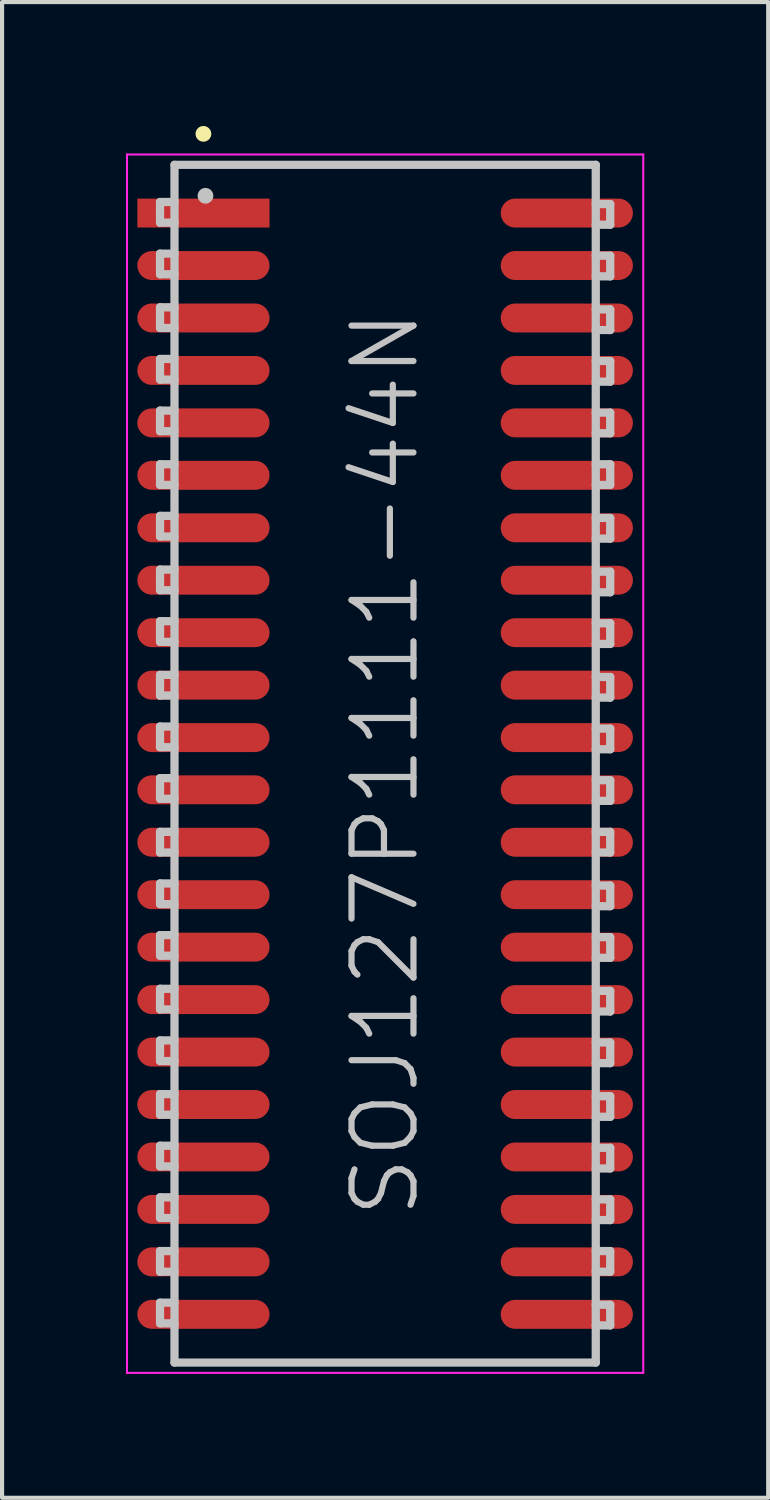
<source format=kicad_pcb>
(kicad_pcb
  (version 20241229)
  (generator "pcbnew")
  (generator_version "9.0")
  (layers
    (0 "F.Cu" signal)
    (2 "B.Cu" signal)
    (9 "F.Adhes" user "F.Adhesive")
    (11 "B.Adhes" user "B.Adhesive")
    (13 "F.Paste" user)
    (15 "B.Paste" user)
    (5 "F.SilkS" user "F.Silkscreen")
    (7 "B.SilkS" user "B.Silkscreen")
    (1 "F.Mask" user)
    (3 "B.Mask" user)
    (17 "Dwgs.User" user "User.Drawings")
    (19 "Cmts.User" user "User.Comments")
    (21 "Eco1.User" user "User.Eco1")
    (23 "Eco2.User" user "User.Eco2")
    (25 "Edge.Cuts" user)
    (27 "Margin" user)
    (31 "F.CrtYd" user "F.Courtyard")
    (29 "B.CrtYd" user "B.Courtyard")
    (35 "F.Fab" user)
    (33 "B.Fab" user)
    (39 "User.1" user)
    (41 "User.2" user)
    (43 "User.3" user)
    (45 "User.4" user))
  (footprint "SOJ127P1111-44N"
    (layer "F.Cu")
    (at 6.275 15.441)
    (property "Reference" "SOJ127P1111-44N" (at 0 0 90) (layer "Dwgs.User") (effects (font (size 1.5 1.5) (thickness 0.15))))
    (attr smd)
    (fp_line (start -4.4 -15.25) (end -4.4 -15.25) (stroke (width 0.381) (type solid)) (layer "F.SilkS"))
    (fp_line (start -5.45 -13.6) (end -5.45 -13.1) (stroke (width 0.2) (type solid)) (layer "Dwgs.User"))
    (fp_line (start -5.45 -13.1) (end -5.1 -13.1) (stroke (width 0.2) (type solid)) (layer "Dwgs.User"))
    (fp_line (start -5.45 -12.35) (end -5.45 -11.85) (stroke (width 0.2) (type solid)) (layer "Dwgs.User"))
    (fp_line (start -5.45 -11.85) (end -5.1 -11.85) (stroke (width 0.2) (type solid)) (layer "Dwgs.User"))
    (fp_line (start -5.45 -11.05) (end -5.45 -10.55) (stroke (width 0.2) (type solid)) (layer "Dwgs.User"))
    (fp_line (start -5.45 -10.55) (end -5.1 -10.55) (stroke (width 0.2) (type solid)) (layer "Dwgs.User"))
    (fp_line (start -5.45 -9.8) (end -5.45 -9.3) (stroke (width 0.2) (type solid)) (layer "Dwgs.User"))
    (fp_line (start -5.45 -9.3) (end -5.1 -9.3) (stroke (width 0.2) (type solid)) (layer "Dwgs.User"))
    (fp_line (start -5.45 -8.55) (end -5.45 -8.05) (stroke (width 0.2) (type solid)) (layer "Dwgs.User"))
    (fp_line (start -5.45 -8.05) (end -5.1 -8.05) (stroke (width 0.2) (type solid)) (layer "Dwgs.User"))
    (fp_line (start -5.45 -7.25) (end -5.45 -6.75) (stroke (width 0.2) (type solid)) (layer "Dwgs.User"))
    (fp_line (start -5.45 -6.75) (end -5.1 -6.75) (stroke (width 0.2) (type solid)) (layer "Dwgs.User"))
    (fp_line (start -5.45 -6) (end -5.45 -5.5) (stroke (width 0.2) (type solid)) (layer "Dwgs.User"))
    (fp_line (start -5.45 -5.5) (end -5.1 -5.5) (stroke (width 0.2) (type solid)) (layer "Dwgs.User"))
    (fp_line (start -5.45 -4.7) (end -5.45 -4.2) (stroke (width 0.2) (type solid)) (layer "Dwgs.User"))
    (fp_line (start -5.45 -4.2) (end -5.1 -4.2) (stroke (width 0.2) (type solid)) (layer "Dwgs.User"))
    (fp_line (start -5.45 -3.45) (end -5.45 -2.95) (stroke (width 0.2) (type solid)) (layer "Dwgs.User"))
    (fp_line (start -5.45 -2.95) (end -5.1 -2.95) (stroke (width 0.2) (type solid)) (layer "Dwgs.User"))
    (fp_line (start -5.45 -2.15) (end -5.45 -1.65) (stroke (width 0.2) (type solid)) (layer "Dwgs.User"))
    (fp_line (start -5.45 -1.65) (end -5.1 -1.65) (stroke (width 0.2) (type solid)) (layer "Dwgs.User"))
    (fp_line (start -5.45 -0.9) (end -5.45 -0.4) (stroke (width 0.2) (type solid)) (layer "Dwgs.User"))
    (fp_line (start -5.45 -0.4) (end -5.1 -0.4) (stroke (width 0.2) (type solid)) (layer "Dwgs.User"))
    (fp_line (start -5.45 0.35) (end -5.45 0.85) (stroke (width 0.2) (type solid)) (layer "Dwgs.User"))
    (fp_line (start -5.45 0.85) (end -5.1 0.85) (stroke (width 0.2) (type solid)) (layer "Dwgs.User"))
    (fp_line (start -5.45 1.65) (end -5.45 2.15) (stroke (width 0.2) (type solid)) (layer "Dwgs.User"))
    (fp_line (start -5.45 2.15) (end -5.1 2.15) (stroke (width 0.2) (type solid)) (layer "Dwgs.User"))
    (fp_line (start -5.45 2.9) (end -5.45 3.4) (stroke (width 0.2) (type solid)) (layer "Dwgs.User"))
    (fp_line (start -5.45 3.4) (end -5.1 3.4) (stroke (width 0.2) (type solid)) (layer "Dwgs.User"))
    (fp_line (start -5.45 4.15) (end -5.45 4.65) (stroke (width 0.2) (type solid)) (layer "Dwgs.User"))
    (fp_line (start -5.45 4.65) (end -5.1 4.65) (stroke (width 0.2) (type solid)) (layer "Dwgs.User"))
    (fp_line (start -5.45 5.45) (end -5.45 5.95) (stroke (width 0.2) (type solid)) (layer "Dwgs.User"))
    (fp_line (start -5.45 5.95) (end -5.1 5.95) (stroke (width 0.2) (type solid)) (layer "Dwgs.User"))
    (fp_line (start -5.45 6.7) (end -5.45 7.2) (stroke (width 0.2) (type solid)) (layer "Dwgs.User"))
    (fp_line (start -5.45 7.2) (end -5.1 7.2) (stroke (width 0.2) (type solid)) (layer "Dwgs.User"))
    (fp_line (start -5.45 8) (end -5.45 8.5) (stroke (width 0.2) (type solid)) (layer "Dwgs.User"))
    (fp_line (start -5.45 8.5) (end -5.1 8.5) (stroke (width 0.2) (type solid)) (layer "Dwgs.User"))
    (fp_line (start -5.45 9.25) (end -5.45 9.75) (stroke (width 0.2) (type solid)) (layer "Dwgs.User"))
    (fp_line (start -5.45 9.75) (end -5.1 9.75) (stroke (width 0.2) (type solid)) (layer "Dwgs.User"))
    (fp_line (start -5.45 10.5) (end -5.45 11) (stroke (width 0.2) (type solid)) (layer "Dwgs.User"))
    (fp_line (start -5.45 11) (end -5.1 11) (stroke (width 0.2) (type solid)) (layer "Dwgs.User"))
    (fp_line (start -5.45 11.8) (end -5.45 12.3) (stroke (width 0.2) (type solid)) (layer "Dwgs.User"))
    (fp_line (start -5.45 12.3) (end -5.1 12.3) (stroke (width 0.2) (type solid)) (layer "Dwgs.User"))
    (fp_line (start -5.45 13.05) (end -5.45 13.55) (stroke (width 0.2) (type solid)) (layer "Dwgs.User"))
    (fp_line (start -5.45 13.55) (end -5.1 13.55) (stroke (width 0.2) (type solid)) (layer "Dwgs.User"))
    (fp_line (start -5.1 -14.5) (end -5.1 14.5) (stroke (width 0.2) (type solid)) (layer "Dwgs.User"))
    (fp_line (start -5.1 -14.5) (end 5.1 -14.5) (stroke (width 0.2) (type solid)) (layer "Dwgs.User"))
    (fp_line (start -5.1 -13.6) (end -5.45 -13.6) (stroke (width 0.2) (type solid)) (layer "Dwgs.User"))
    (fp_line (start -5.1 -12.35) (end -5.45 -12.35) (stroke (width 0.2) (type solid)) (layer "Dwgs.User"))
    (fp_line (start -5.1 -11.05) (end -5.45 -11.05) (stroke (width 0.2) (type solid)) (layer "Dwgs.User"))
    (fp_line (start -5.1 -9.8) (end -5.45 -9.8) (stroke (width 0.2) (type solid)) (layer "Dwgs.User"))
    (fp_line (start -5.1 -8.55) (end -5.45 -8.55) (stroke (width 0.2) (type solid)) (layer "Dwgs.User"))
    (fp_line (start -5.1 -7.25) (end -5.45 -7.25) (stroke (width 0.2) (type solid)) (layer "Dwgs.User"))
    (fp_line (start -5.1 -6) (end -5.45 -6) (stroke (width 0.2) (type solid)) (layer "Dwgs.User"))
    (fp_line (start -5.1 -4.7) (end -5.45 -4.7) (stroke (width 0.2) (type solid)) (layer "Dwgs.User"))
    (fp_line (start -5.1 -3.45) (end -5.45 -3.45) (stroke (width 0.2) (type solid)) (layer "Dwgs.User"))
    (fp_line (start -5.1 -2.15) (end -5.45 -2.15) (stroke (width 0.2) (type solid)) (layer "Dwgs.User"))
    (fp_line (start -5.1 -0.9) (end -5.45 -0.9) (stroke (width 0.2) (type solid)) (layer "Dwgs.User"))
    (fp_line (start -5.1 0.35) (end -5.45 0.35) (stroke (width 0.2) (type solid)) (layer "Dwgs.User"))
    (fp_line (start -5.1 1.65) (end -5.45 1.65) (stroke (width 0.2) (type solid)) (layer "Dwgs.User"))
    (fp_line (start -5.1 2.9) (end -5.45 2.9) (stroke (width 0.2) (type solid)) (layer "Dwgs.User"))
    (fp_line (start -5.1 4.15) (end -5.45 4.15) (stroke (width 0.2) (type solid)) (layer "Dwgs.User"))
    (fp_line (start -5.1 5.45) (end -5.45 5.45) (stroke (width 0.2) (type solid)) (layer "Dwgs.User"))
    (fp_line (start -5.1 6.7) (end -5.45 6.7) (stroke (width 0.2) (type solid)) (layer "Dwgs.User"))
    (fp_line (start -5.1 8) (end -5.45 8) (stroke (width 0.2) (type solid)) (layer "Dwgs.User"))
    (fp_line (start -5.1 9.25) (end -5.45 9.25) (stroke (width 0.2) (type solid)) (layer "Dwgs.User"))
    (fp_line (start -5.1 10.5) (end -5.45 10.5) (stroke (width 0.2) (type solid)) (layer "Dwgs.User"))
    (fp_line (start -5.1 11.8) (end -5.45 11.8) (stroke (width 0.2) (type solid)) (layer "Dwgs.User"))
    (fp_line (start -5.1 13.05) (end -5.45 13.05) (stroke (width 0.2) (type solid)) (layer "Dwgs.User"))
    (fp_line (start -5.1 14.5) (end 5.1 14.5) (stroke (width 0.2) (type solid)) (layer "Dwgs.User"))
    (fp_line (start -4.35 -13.75) (end -4.35 -13.75) (stroke (width 0.381) (type solid)) (layer "Dwgs.User"))
    (fp_line (start 5.1 -14.5) (end 5.1 14.5) (stroke (width 0.2) (type solid)) (layer "Dwgs.User"))
    (fp_line (start 5.1 -13.55) (end 5.45 -13.55) (stroke (width 0.2) (type solid)) (layer "Dwgs.User"))
    (fp_line (start 5.1 -12.3) (end 5.45 -12.3) (stroke (width 0.2) (type solid)) (layer "Dwgs.User"))
    (fp_line (start 5.1 -11) (end 5.45 -11) (stroke (width 0.2) (type solid)) (layer "Dwgs.User"))
    (fp_line (start 5.1 -9.75) (end 5.45 -9.75) (stroke (width 0.2) (type solid)) (layer "Dwgs.User"))
    (fp_line (start 5.1 -8.5) (end 5.45 -8.5) (stroke (width 0.2) (type solid)) (layer "Dwgs.User"))
    (fp_line (start 5.1 -7.25) (end 5.45 -7.25) (stroke (width 0.2) (type solid)) (layer "Dwgs.User"))
    (fp_line (start 5.1 -5.95) (end 5.45 -5.95) (stroke (width 0.2) (type solid)) (layer "Dwgs.User"))
    (fp_line (start 5.1 -4.65) (end 5.45 -4.65) (stroke (width 0.2) (type solid)) (layer "Dwgs.User"))
    (fp_line (start 5.1 -3.4) (end 5.45 -3.4) (stroke (width 0.2) (type solid)) (layer "Dwgs.User"))
    (fp_line (start 5.1 -2.1) (end 5.45 -2.1) (stroke (width 0.2) (type solid)) (layer "Dwgs.User"))
    (fp_line (start 5.1 -0.85) (end 5.45 -0.85) (stroke (width 0.2) (type solid)) (layer "Dwgs.User"))
    (fp_line (start 5.1 0.4) (end 5.45 0.4) (stroke (width 0.2) (type solid)) (layer "Dwgs.User"))
    (fp_line (start 5.1 1.65) (end 5.45 1.65) (stroke (width 0.2) (type solid)) (layer "Dwgs.User"))
    (fp_line (start 5.1 2.95) (end 5.45 2.95) (stroke (width 0.2) (type solid)) (layer "Dwgs.User"))
    (fp_line (start 5.1 4.2) (end 5.45 4.2) (stroke (width 0.2) (type solid)) (layer "Dwgs.User"))
    (fp_line (start 5.1 5.5) (end 5.45 5.5) (stroke (width 0.2) (type solid)) (layer "Dwgs.User"))
    (fp_line (start 5.1 6.75) (end 5.45 6.75) (stroke (width 0.2) (type solid)) (layer "Dwgs.User"))
    (fp_line (start 5.1 8.05) (end 5.45 8.05) (stroke (width 0.2) (type solid)) (layer "Dwgs.User"))
    (fp_line (start 5.1 9.3) (end 5.45 9.3) (stroke (width 0.2) (type solid)) (layer "Dwgs.User"))
    (fp_line (start 5.1 10.55) (end 5.45 10.55) (stroke (width 0.2) (type solid)) (layer "Dwgs.User"))
    (fp_line (start 5.1 11.8) (end 5.45 11.8) (stroke (width 0.2) (type solid)) (layer "Dwgs.User"))
    (fp_line (start 5.1 13.1) (end 5.45 13.1) (stroke (width 0.2) (type solid)) (layer "Dwgs.User"))
    (fp_line (start 5.45 -13.55) (end 5.45 -13.05) (stroke (width 0.2) (type solid)) (layer "Dwgs.User"))
    (fp_line (start 5.45 -13.05) (end 5.1 -13.05) (stroke (width 0.2) (type solid)) (layer "Dwgs.User"))
    (fp_line (start 5.45 -12.3) (end 5.45 -11.8) (stroke (width 0.2) (type solid)) (layer "Dwgs.User"))
    (fp_line (start 5.45 -11.8) (end 5.1 -11.8) (stroke (width 0.2) (type solid)) (layer "Dwgs.User"))
    (fp_line (start 5.45 -11) (end 5.45 -10.5) (stroke (width 0.2) (type solid)) (layer "Dwgs.User"))
    (fp_line (start 5.45 -10.5) (end 5.1 -10.5) (stroke (width 0.2) (type solid)) (layer "Dwgs.User"))
    (fp_line (start 5.45 -9.75) (end 5.45 -9.25) (stroke (width 0.2) (type solid)) (layer "Dwgs.User"))
    (fp_line (start 5.45 -9.25) (end 5.1 -9.25) (stroke (width 0.2) (type solid)) (layer "Dwgs.User"))
    (fp_line (start 5.45 -8.5) (end 5.45 -8) (stroke (width 0.2) (type solid)) (layer "Dwgs.User"))
    (fp_line (start 5.45 -8) (end 5.1 -8) (stroke (width 0.2) (type solid)) (layer "Dwgs.User"))
    (fp_line (start 5.45 -7.25) (end 5.45 -6.75) (stroke (width 0.2) (type solid)) (layer "Dwgs.User"))
    (fp_line (start 5.45 -6.75) (end 5.1 -6.75) (stroke (width 0.2) (type solid)) (layer "Dwgs.User"))
    (fp_line (start 5.45 -5.95) (end 5.45 -5.45) (stroke (width 0.2) (type solid)) (layer "Dwgs.User"))
    (fp_line (start 5.45 -5.45) (end 5.1 -5.45) (stroke (width 0.2) (type solid)) (layer "Dwgs.User"))
    (fp_line (start 5.45 -4.65) (end 5.45 -4.15) (stroke (width 0.2) (type solid)) (layer "Dwgs.User"))
    (fp_line (start 5.45 -4.15) (end 5.1 -4.15) (stroke (width 0.2) (type solid)) (layer "Dwgs.User"))
    (fp_line (start 5.45 -3.4) (end 5.45 -2.9) (stroke (width 0.2) (type solid)) (layer "Dwgs.User"))
    (fp_line (start 5.45 -2.9) (end 5.1 -2.9) (stroke (width 0.2) (type solid)) (layer "Dwgs.User"))
    (fp_line (start 5.45 -2.1) (end 5.45 -1.6) (stroke (width 0.2) (type solid)) (layer "Dwgs.User"))
    (fp_line (start 5.45 -1.6) (end 5.1 -1.6) (stroke (width 0.2) (type solid)) (layer "Dwgs.User"))
    (fp_line (start 5.45 -0.85) (end 5.45 -0.35) (stroke (width 0.2) (type solid)) (layer "Dwgs.User"))
    (fp_line (start 5.45 -0.35) (end 5.1 -0.35) (stroke (width 0.2) (type solid)) (layer "Dwgs.User"))
    (fp_line (start 5.45 0.4) (end 5.45 0.9) (stroke (width 0.2) (type solid)) (layer "Dwgs.User"))
    (fp_line (start 5.45 0.9) (end 5.1 0.9) (stroke (width 0.2) (type solid)) (layer "Dwgs.User"))
    (fp_line (start 5.45 1.65) (end 5.45 2.15) (stroke (width 0.2) (type solid)) (layer "Dwgs.User"))
    (fp_line (start 5.45 2.15) (end 5.1 2.15) (stroke (width 0.2) (type solid)) (layer "Dwgs.User"))
    (fp_line (start 5.45 2.95) (end 5.45 3.45) (stroke (width 0.2) (type solid)) (layer "Dwgs.User"))
    (fp_line (start 5.45 3.45) (end 5.1 3.45) (stroke (width 0.2) (type solid)) (layer "Dwgs.User"))
    (fp_line (start 5.45 4.2) (end 5.45 4.7) (stroke (width 0.2) (type solid)) (layer "Dwgs.User"))
    (fp_line (start 5.45 4.7) (end 5.1 4.7) (stroke (width 0.2) (type solid)) (layer "Dwgs.User"))
    (fp_line (start 5.45 5.5) (end 5.45 6) (stroke (width 0.2) (type solid)) (layer "Dwgs.User"))
    (fp_line (start 5.45 6) (end 5.1 6) (stroke (width 0.2) (type solid)) (layer "Dwgs.User"))
    (fp_line (start 5.45 6.75) (end 5.45 7.25) (stroke (width 0.2) (type solid)) (layer "Dwgs.User"))
    (fp_line (start 5.45 7.25) (end 5.1 7.25) (stroke (width 0.2) (type solid)) (layer "Dwgs.User"))
    (fp_line (start 5.45 8.05) (end 5.45 8.55) (stroke (width 0.2) (type solid)) (layer "Dwgs.User"))
    (fp_line (start 5.45 8.55) (end 5.1 8.55) (stroke (width 0.2) (type solid)) (layer "Dwgs.User"))
    (fp_line (start 5.45 9.3) (end 5.45 9.8) (stroke (width 0.2) (type solid)) (layer "Dwgs.User"))
    (fp_line (start 5.45 9.8) (end 5.1 9.8) (stroke (width 0.2) (type solid)) (layer "Dwgs.User"))
    (fp_line (start 5.45 10.55) (end 5.45 11.05) (stroke (width 0.2) (type solid)) (layer "Dwgs.User"))
    (fp_line (start 5.45 11.05) (end 5.1 11.05) (stroke (width 0.2) (type solid)) (layer "Dwgs.User"))
    (fp_line (start 5.45 11.8) (end 5.45 12.3) (stroke (width 0.2) (type solid)) (layer "Dwgs.User"))
    (fp_line (start 5.45 12.3) (end 5.1 12.3) (stroke (width 0.2) (type solid)) (layer "Dwgs.User"))
    (fp_line (start 5.45 13.1) (end 5.45 13.6) (stroke (width 0.2) (type solid)) (layer "Dwgs.User"))
    (fp_line (start 5.45 13.6) (end 5.1 13.6) (stroke (width 0.2) (type solid)) (layer "Dwgs.User"))
    (fp_line (start -6.25 -14.75) (end -6.25 14.75) (stroke (width 0.05) (type solid)) (layer "F.CrtYd"))
    (fp_line (start -6.25 -14.75) (end 6.25 -14.75) (stroke (width 0.05) (type solid)) (layer "F.CrtYd"))
    (fp_line (start -6.25 14.75) (end 6.25 14.75) (stroke (width 0.05) (type solid)) (layer "F.CrtYd"))
    (fp_line (start 6.25 -14.75) (end 6.25 14.75) (stroke (width 0.05) (type solid)) (layer "F.CrtYd"))
    (pad "1" smd rect (at -4.399 -13.332 90) (size 0.7 3.2) (layers "F.Cu" "F.Mask" "F.Paste"))
    (pad "2" smd oval (at -4.399 -12.062 90) (size 0.7 3.2) (layers "F.Cu" "F.Mask" "F.Paste"))
    (pad "3" smd oval (at -4.399 -10.792 90) (size 0.7 3.2) (layers "F.Cu" "F.Mask" "F.Paste"))
    (pad "4" smd oval (at -4.399 -9.522 90) (size 0.7 3.2) (layers "F.Cu" "F.Mask" "F.Paste"))
    (pad "5" smd oval (at -4.399 -8.252 90) (size 0.7 3.2) (layers "F.Cu" "F.Mask" "F.Paste"))
    (pad "6" smd oval (at -4.399 -6.982 90) (size 0.7 3.2) (layers "F.Cu" "F.Mask" "F.Paste"))
    (pad "7" smd oval (at -4.399 -5.712 90) (size 0.7 3.2) (layers "F.Cu" "F.Mask" "F.Paste"))
    (pad "8" smd oval (at -4.399 -4.442 90) (size 0.7 3.2) (layers "F.Cu" "F.Mask" "F.Paste"))
    (pad "9" smd oval (at -4.399 -3.172 90) (size 0.7 3.2) (layers "F.Cu" "F.Mask" "F.Paste"))
    (pad "10" smd oval (at -4.399 -1.902 90) (size 0.7 3.2) (layers "F.Cu" "F.Mask" "F.Paste"))
    (pad "11" smd oval (at -4.399 -0.632 90) (size 0.7 3.2) (layers "F.Cu" "F.Mask" "F.Paste"))
    (pad "12" smd oval (at -4.399 0.632 90) (size 0.7 3.2) (layers "F.Cu" "F.Mask" "F.Paste"))
    (pad "13" smd oval (at -4.399 1.902 90) (size 0.7 3.2) (layers "F.Cu" "F.Mask" "F.Paste"))
    (pad "14" smd oval (at -4.399 3.172 90) (size 0.7 3.2) (layers "F.Cu" "F.Mask" "F.Paste"))
    (pad "15" smd oval (at -4.399 4.442 90) (size 0.7 3.2) (layers "F.Cu" "F.Mask" "F.Paste"))
    (pad "16" smd oval (at -4.399 5.712 90) (size 0.7 3.2) (layers "F.Cu" "F.Mask" "F.Paste"))
    (pad "17" smd oval (at -4.399 6.982 90) (size 0.7 3.2) (layers "F.Cu" "F.Mask" "F.Paste"))
    (pad "18" smd oval (at -4.399 8.252 90) (size 0.7 3.2) (layers "F.Cu" "F.Mask" "F.Paste"))
    (pad "19" smd oval (at -4.399 9.522 90) (size 0.7 3.2) (layers "F.Cu" "F.Mask" "F.Paste"))
    (pad "20" smd oval (at -4.399 10.792 90) (size 0.7 3.2) (layers "F.Cu" "F.Mask" "F.Paste"))
    (pad "21" smd oval (at -4.399 12.062 90) (size 0.7 3.2) (layers "F.Cu" "F.Mask" "F.Paste"))
    (pad "22" smd oval (at -4.399 13.332 90) (size 0.7 3.2) (layers "F.Cu" "F.Mask" "F.Paste"))
    (pad "23" smd oval (at 4.399 13.332 270) (size 0.7 3.2) (layers "F.Cu" "F.Mask" "F.Paste"))
    (pad "24" smd oval (at 4.399 12.062 270) (size 0.7 3.2) (layers "F.Cu" "F.Mask" "F.Paste"))
    (pad "25" smd oval (at 4.399 10.792 270) (size 0.7 3.2) (layers "F.Cu" "F.Mask" "F.Paste"))
    (pad "26" smd oval (at 4.399 9.522 270) (size 0.7 3.2) (layers "F.Cu" "F.Mask" "F.Paste"))
    (pad "27" smd oval (at 4.399 8.252 270) (size 0.7 3.2) (layers "F.Cu" "F.Mask" "F.Paste"))
    (pad "28" smd oval (at 4.399 6.982 270) (size 0.7 3.2) (layers "F.Cu" "F.Mask" "F.Paste"))
    (pad "29" smd oval (at 4.399 5.712 270) (size 0.7 3.2) (layers "F.Cu" "F.Mask" "F.Paste"))
    (pad "30" smd oval (at 4.399 4.442 270) (size 0.7 3.2) (layers "F.Cu" "F.Mask" "F.Paste"))
    (pad "31" smd oval (at 4.399 3.172 270) (size 0.7 3.2) (layers "F.Cu" "F.Mask" "F.Paste"))
    (pad "32" smd oval (at 4.399 1.902 270) (size 0.7 3.2) (layers "F.Cu" "F.Mask" "F.Paste"))
    (pad "33" smd oval (at 4.399 0.632 270) (size 0.7 3.2) (layers "F.Cu" "F.Mask" "F.Paste"))
    (pad "34" smd oval (at 4.399 -0.632 270) (size 0.7 3.2) (layers "F.Cu" "F.Mask" "F.Paste"))
    (pad "35" smd oval (at 4.399 -1.902 270) (size 0.7 3.2) (layers "F.Cu" "F.Mask" "F.Paste"))
    (pad "36" smd oval (at 4.399 -3.172 270) (size 0.7 3.2) (layers "F.Cu" "F.Mask" "F.Paste"))
    (pad "37" smd oval (at 4.399 -4.442 270) (size 0.7 3.2) (layers "F.Cu" "F.Mask" "F.Paste"))
    (pad "38" smd oval (at 4.399 -5.712 270) (size 0.7 3.2) (layers "F.Cu" "F.Mask" "F.Paste"))
    (pad "39" smd oval (at 4.399 -6.982 270) (size 0.7 3.2) (layers "F.Cu" "F.Mask" "F.Paste"))
    (pad "40" smd oval (at 4.399 -8.252 270) (size 0.7 3.2) (layers "F.Cu" "F.Mask" "F.Paste"))
    (pad "41" smd oval (at 4.399 -9.522 270) (size 0.7 3.2) (layers "F.Cu" "F.Mask" "F.Paste"))
    (pad "42" smd oval (at 4.399 -10.792 270) (size 0.7 3.2) (layers "F.Cu" "F.Mask" "F.Paste"))
    (pad "43" smd oval (at 4.399 -12.062 270) (size 0.7 3.2) (layers "F.Cu" "F.Mask" "F.Paste"))
    (pad "44" smd oval (at 4.399 -13.332 270) (size 0.7 3.2) (layers "F.Cu" "F.Mask" "F.Paste")))
  (gr_rect
    (start -3 -3)
    (end 15.55 33.215)
    (stroke (width 0.1) (type default))
    (fill no)
    (layer "Edge.Cuts")))
</source>
